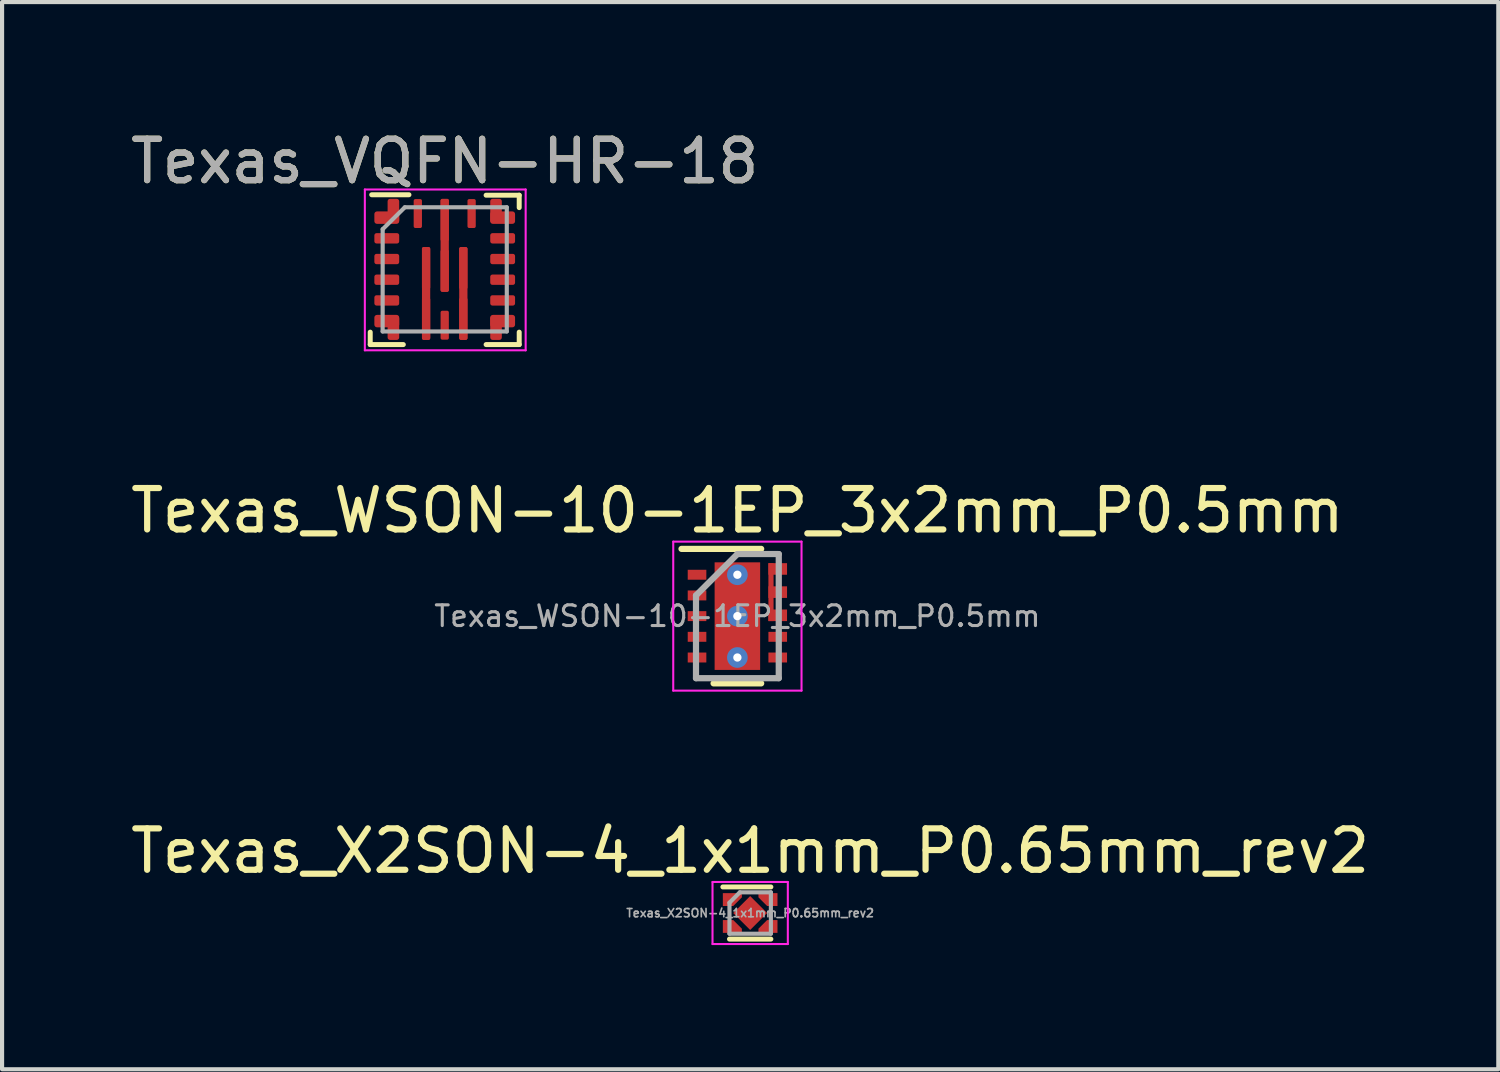
<source format=kicad_pcb>
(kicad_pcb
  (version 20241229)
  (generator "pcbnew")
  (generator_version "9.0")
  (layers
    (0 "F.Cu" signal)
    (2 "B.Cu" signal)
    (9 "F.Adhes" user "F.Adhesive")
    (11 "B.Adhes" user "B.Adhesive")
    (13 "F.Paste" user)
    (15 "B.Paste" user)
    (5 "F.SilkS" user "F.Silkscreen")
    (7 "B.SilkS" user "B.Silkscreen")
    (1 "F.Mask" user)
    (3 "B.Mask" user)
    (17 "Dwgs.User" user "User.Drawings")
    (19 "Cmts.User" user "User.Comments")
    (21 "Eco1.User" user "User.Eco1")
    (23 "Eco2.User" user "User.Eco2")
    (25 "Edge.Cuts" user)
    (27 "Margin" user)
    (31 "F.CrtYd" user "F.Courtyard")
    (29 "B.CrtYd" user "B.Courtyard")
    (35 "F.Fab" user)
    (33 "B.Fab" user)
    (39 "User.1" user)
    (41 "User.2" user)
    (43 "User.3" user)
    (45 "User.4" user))
  (footprint "Texas_X2SON-4_1x1mm_P0.65mm_rev2"
    (layer "F.Cu")
    (at 15.077 19.012)
    (property "Reference" "Texas_X2SON-4_1x1mm_P0.65mm_rev2" (at 0 -1.5 0) (layer "F.SilkS") (effects (font (size 1 1) (thickness 0.15))))
    (attr smd)
    (fp_line (start -0.66 -0.63) (end 0.5 -0.63) (stroke (width 0.12) (type solid)) (layer "F.SilkS"))
    (fp_line (start -0.5 0.63) (end 0.5 0.63) (stroke (width 0.12) (type solid)) (layer "F.SilkS"))
    (fp_line (start -0.91 -0.75) (end 0.91 -0.75) (stroke (width 0.05) (type solid)) (layer "F.CrtYd"))
    (fp_line (start -0.91 0.75) (end -0.91 -0.75) (stroke (width 0.05) (type solid)) (layer "F.CrtYd"))
    (fp_line (start 0.91 -0.75) (end 0.91 0.75) (stroke (width 0.05) (type solid)) (layer "F.CrtYd"))
    (fp_line (start 0.91 0.75) (end -0.91 0.75) (stroke (width 0.05) (type solid)) (layer "F.CrtYd"))
    (fp_line (start -0.5 -0.25) (end -0.25 -0.5) (stroke (width 0.1) (type solid)) (layer "F.Fab"))
    (fp_line (start -0.5 0.5) (end -0.5 -0.25) (stroke (width 0.1) (type solid)) (layer "F.Fab"))
    (fp_line (start -0.25 -0.5) (end 0.5 -0.5) (stroke (width 0.1) (type solid)) (layer "F.Fab"))
    (fp_line (start 0.5 -0.5) (end 0.5 0.5) (stroke (width 0.1) (type solid)) (layer "F.Fab"))
    (fp_line (start 0.5 0.5) (end -0.5 0.5) (stroke (width 0.1) (type solid)) (layer "F.Fab"))
    (fp_text user "${REFERENCE}" (at 0 0 0) (layer "F.Fab") (effects (font (size 0.2 0.2) (thickness 0.04))))
    (pad "" smd custom (at -0.43 -0.325) (size 0.148 0.148) (layers "F.Mask") (options (anchor circle)) (primitives (gr_poly (pts (xy 0.18 -0.105) (xy 0.18 -0.075) (xy 0 0.105) (xy 0.18 -0.075) (xy 0 0.105) (xy -0.18 0.105) (xy -0.18 -0.105)) (width 0) (fill yes))))
    (pad "" smd custom (at -0.43 -0.325) (size 0.148 0.148) (layers "F.Paste") (options (anchor circle)) (primitives (gr_poly (pts (xy 0 0.105) (xy 0.18 -0.075) (xy 0.18 -0.105) (xy -0.22 -0.105) (xy -0.22 0.105)) (width 0) (fill yes))))
    (pad "" smd custom (at -0.43 0.325) (size 0.148 0.148) (layers "F.Mask") (options (anchor circle)) (primitives (gr_poly (pts (xy 0.18 0.105) (xy 0.18 0.075) (xy 0 -0.105) (xy 0.18 0.075) (xy 0 -0.105) (xy -0.18 -0.105) (xy -0.18 0.105)) (width 0) (fill yes))))
    (pad "" smd custom (at -0.43 0.325) (size 0.148 0.148) (layers "F.Paste") (options (anchor circle)) (primitives (gr_poly (pts (xy 0.18 0.075) (xy 0.18 0.105) (xy -0.22 0.105) (xy -0.22 -0.105) (xy 0 -0.105)) (width 0) (fill yes))))
    (pad "" smd custom (at 0.43 -0.325) (size 0.148 0.148) (layers "F.Mask") (options (anchor circle)) (primitives (gr_poly (pts (xy -0.18 -0.105) (xy -0.18 -0.075) (xy 0 0.105) (xy -0.18 -0.075) (xy 0 0.105) (xy 0.18 0.105) (xy 0.18 -0.105)) (width 0) (fill yes))))
    (pad "" smd custom (at 0.43 -0.325) (size 0.148 0.148) (layers "F.Paste") (options (anchor circle)) (primitives (gr_poly (pts (xy 0.22 -0.105) (xy 0.22 0.105) (xy 0 0.105) (xy -0.18 -0.075) (xy -0.18 -0.105)) (width 0) (fill yes))))
    (pad "" smd custom (at 0.43 0.325) (size 0.148 0.148) (layers "F.Mask") (options (anchor circle)) (primitives (gr_poly (pts (xy -0.18 0.105) (xy -0.18 0.075) (xy 0 -0.105) (xy -0.18 0.075) (xy 0 -0.105) (xy 0.18 -0.105) (xy 0.18 0.105)) (width 0) (fill yes))))
    (pad "" smd custom (at 0.43 0.325) (size 0.148 0.148) (layers "F.Paste") (options (anchor circle)) (primitives (gr_poly (pts (xy 0 -0.105) (xy -0.18 0.075) (xy -0.18 0.105) (xy 0.22 0.105) (xy 0.22 -0.105)) (width 0) (fill yes))))
    (pad "1" smd custom (at -0.43 -0.325) (size 0.148 0.148) (layers "F.Cu") (options (anchor circle)) (primitives (gr_poly (pts (xy 0.23 -0.155) (xy -0.23 -0.155) (xy -0.23 0.155) (xy 0.021 0.155) (xy 0.23 -0.054)) (width 0) (fill yes))))
    (pad "2" smd custom (at -0.43 0.325) (size 0.148 0.148) (layers "F.Cu") (options (anchor circle)) (primitives (gr_poly (pts (xy 0.23 0.054) (xy 0.23 0.155) (xy -0.23 0.155) (xy -0.23 -0.155) (xy 0.021 -0.155)) (width 0) (fill yes))))
    (pad "3" smd rect (at 0 0 45) (size 0.58 0.58) (layers "F.Cu" "F.Mask" "F.Paste"))
    (pad "4" smd custom (at 0.43 0.325) (size 0.148 0.148) (layers "F.Cu") (options (anchor circle)) (primitives (gr_poly (pts (xy 0.23 0.155) (xy 0.23 -0.155) (xy -0.021 -0.155) (xy -0.23 0.054) (xy -0.23 0.155)) (width 0) (fill yes))))
    (pad "5" smd custom (at 0.43 -0.325) (size 0.148 0.148) (layers "F.Cu") (options (anchor circle)) (primitives (gr_poly (pts (xy -0.23 -0.155) (xy 0.23 -0.155) (xy 0.23 0.155) (xy -0.021 0.155) (xy -0.23 -0.054)) (width 0) (fill yes)))))
  (footprint "Texas_WSON-10-1EP_3x2mm_P0.5mm"
    (layer "F.Cu")
    (at 14.768 11.838)
    (property "Reference" "Texas_WSON-10-1EP_3x2mm_P0.5mm" (at 0 -2.55 0) (layer "F.SilkS") (effects (font (size 1 1) (thickness 0.15))))
    (attr smd)
    (fp_line (start -1.35 -1.625) (end 0.575 -1.625) (stroke (width 0.15) (type solid)) (layer "F.SilkS"))
    (fp_line (start -0.575 1.625) (end 0.575 1.625) (stroke (width 0.15) (type solid)) (layer "F.SilkS"))
    (fp_line (start -1.55 -1.8) (end -1.55 1.8) (stroke (width 0.05) (type solid)) (layer "F.CrtYd"))
    (fp_line (start -1.55 -1.8) (end 1.55 -1.8) (stroke (width 0.05) (type solid)) (layer "F.CrtYd"))
    (fp_line (start -1.55 1.8) (end 1.55 1.8) (stroke (width 0.05) (type solid)) (layer "F.CrtYd"))
    (fp_line (start 1.55 -1.8) (end 1.55 1.8) (stroke (width 0.05) (type solid)) (layer "F.CrtYd"))
    (fp_line (start -1 -0.5) (end 0 -1.5) (stroke (width 0.15) (type solid)) (layer "F.Fab"))
    (fp_line (start -1 1.5) (end -1 -0.5) (stroke (width 0.15) (type solid)) (layer "F.Fab"))
    (fp_line (start 0 -1.5) (end 1 -1.5) (stroke (width 0.15) (type solid)) (layer "F.Fab"))
    (fp_line (start 1 -1.5) (end 1 1.5) (stroke (width 0.15) (type solid)) (layer "F.Fab"))
    (fp_line (start 1 1.5) (end -1 1.5) (stroke (width 0.15) (type solid)) (layer "F.Fab"))
    (fp_text user "${REFERENCE}" (at 0 0 0) (layer "F.Fab") (effects (font (size 0.5 0.5) (thickness 0.075))))
    (pad "" smd rect (at 0 -0.674) (size 1.038 1.148) (layers "F.Paste"))
    (pad "" smd rect (at 0 0) (size 0.65 0.61) (layers "F.Paste"))
    (pad "" smd rect (at 0 0.674) (size 1.038 1.148) (layers "F.Paste"))
    (pad "1" smd rect (at -0.975 -1) (size 0.45 0.24) (layers "F.Cu" "F.Mask" "F.Paste"))
    (pad "2" smd rect (at -0.975 -0.5) (size 0.45 0.24) (layers "F.Cu" "F.Mask" "F.Paste"))
    (pad "3" smd rect (at -0.975 0) (size 0.45 0.24) (layers "F.Cu" "F.Mask" "F.Paste"))
    (pad "4" smd rect (at -0.975 0.5) (size 0.45 0.24) (layers "F.Cu" "F.Mask" "F.Paste"))
    (pad "5" smd rect (at -0.975 1) (size 0.45 0.24) (layers "F.Cu" "F.Mask" "F.Paste"))
    (pad "6" smd rect (at 0.975 1) (size 0.45 0.24) (layers "F.Cu" "F.Mask" "F.Paste"))
    (pad "7" smd rect (at 0.975 0.5) (size 0.45 0.24) (layers "F.Cu" "F.Mask" "F.Paste"))
    (pad "8" smd rect (at 0.812 -0.58) (size 0.125 1.4) (layers "F.Cu" "F.Mask"))
    (pad "8" smd rect (at 0.975 -1.14) (size 0.45 0.28) (layers "F.Cu" "F.Mask" "F.Paste"))
    (pad "8" smd rect (at 0.975 -0.58) (size 0.45 0.28) (layers "F.Cu" "F.Mask" "F.Paste"))
    (pad "8" smd rect (at 0.975 -0.02) (size 0.45 0.28) (layers "F.Cu" "F.Mask" "F.Paste"))
    (pad "11" thru_hole circle (at 0 -1) (size 0.5 0.5) (drill 0.2) (layers "*.Cu"))
    (pad "11" thru_hole circle (at 0 0) (size 0.5 0.5) (drill 0.2) (layers "*.Cu"))
    (pad "11" smd rect (at 0 0) (size 1.1 2.6) (layers "F.Cu" "F.Mask"))
    (pad "11" thru_hole circle (at 0 1) (size 0.5 0.5) (drill 0.2) (layers "*.Cu")))
  (footprint "Texas_VQFN-HR-18"
    (layer "F.Cu")
    (at 7.696 3.459)
    (property "Reference" "Texas_VQFN-HR-18" (at 0 -2.611 0) (layer "F.SilkS") (effects (font (size 1 1) (thickness 0.15))))
    (attr smd)
    (fp_line (start -1.8 1.517) (end -1.8 1.817) (stroke (width 0.12) (type solid)) (layer "F.SilkS"))
    (fp_line (start -1.8 1.817) (end -1 1.817) (stroke (width 0.12) (type solid)) (layer "F.SilkS"))
    (fp_line (start -1.764 -1.803) (end -0.864 -1.803) (stroke (width 0.12) (type solid)) (layer "F.SilkS"))
    (fp_line (start 1 -1.792) (end 1.8 -1.792) (stroke (width 0.12) (type solid)) (layer "F.SilkS"))
    (fp_line (start 1 1.817) (end 1.8 1.817) (stroke (width 0.12) (type solid)) (layer "F.SilkS"))
    (fp_line (start 1.8 -1.792) (end 1.8 -1.492) (stroke (width 0.12) (type solid)) (layer "F.SilkS"))
    (fp_line (start 1.8 1.517) (end 1.8 1.817) (stroke (width 0.12) (type solid)) (layer "F.SilkS"))
    (fp_line (start -1.93 -1.93) (end -1.93 1.956) (stroke (width 0.05) (type solid)) (layer "F.CrtYd"))
    (fp_line (start -1.93 -1.93) (end 1.956 -1.93) (stroke (width 0.05) (type solid)) (layer "F.CrtYd"))
    (fp_line (start -1.93 1.956) (end 1.956 1.956) (stroke (width 0.05) (type solid)) (layer "F.CrtYd"))
    (fp_line (start 1.956 -1.93) (end 1.956 1.956) (stroke (width 0.05) (type solid)) (layer "F.CrtYd"))
    (fp_line (start -1.5 1.5) (end 1.5 1.5) (stroke (width 0.1) (type solid)) (layer "F.Fab"))
    (fp_line (start -1.499 -0.971) (end -1.5 1.5) (stroke (width 0.1) (type solid)) (layer "F.Fab"))
    (fp_line (start -1.499 -0.971) (end -0.965 -1.499) (stroke (width 0.1) (type solid)) (layer "F.Fab"))
    (fp_line (start -0.965 -1.5) (end 1.5 -1.5) (stroke (width 0.1) (type solid)) (layer "F.Fab"))
    (fp_line (start 1.5 -1.5) (end 1.5 1.5) (stroke (width 0.1) (type solid)) (layer "F.Fab"))
    (fp_text user "${REFERENCE}" (at 0 -2.611 0) (layer "F.Fab") (effects (font (size 1 1) (thickness 0.15))))
    (pad "" smd roundrect (at -0.45 -0.029) (size 0.2 1.019) (layers "F.Cu" "F.Paste") (roundrect_rratio 0.21))
    (pad "" smd roundrect (at -0.45 1.196) (size 0.2 1.019) (layers "F.Cu" "F.Paste") (roundrect_rratio 0.21))
    (pad "" smd roundrect (at 0 -1.19) (size 0.2 1.022) (layers "F.Cu" "F.Paste") (roundrect_rratio 0.21))
    (pad "" smd roundrect (at 0 0.034) (size 0.2 1.022) (layers "F.Cu" "F.Paste") (roundrect_rratio 0.21))
    (pad "" smd roundrect (at 0.45 -0.029) (size 0.2 1.019) (layers "F.Cu" "F.Paste") (roundrect_rratio 0.21))
    (pad "" smd roundrect (at 0.45 1.196) (size 0.2 1.019) (layers "F.Cu" "F.Paste") (roundrect_rratio 0.21))
    (pad "1" smd roundrect (at -1.4 -1.25) (size 0.6 0.3) (layers "F.Cu" "F.Mask" "F.Paste") (roundrect_rratio 0.212))
    (pad "1" smd roundrect (at -1.24 -1.415) (size 0.28 0.58) (layers "F.Cu" "F.Mask" "F.Paste") (roundrect_rratio 0.212))
    (pad "2" smd roundrect (at -1.4 -0.75) (size 0.6 0.25) (layers "F.Cu" "F.Mask" "F.Paste") (roundrect_rratio 0.21))
    (pad "3" smd roundrect (at -1.4 -0.25) (size 0.6 0.25) (layers "F.Cu" "F.Mask" "F.Paste") (roundrect_rratio 0.212))
    (pad "4" smd roundrect (at -1.4 0.25) (size 0.6 0.25) (layers "F.Cu" "F.Mask" "F.Paste") (roundrect_rratio 0.212))
    (pad "5" smd roundrect (at -1.4 0.75) (size 0.6 0.25) (layers "F.Cu" "F.Mask" "F.Paste") (roundrect_rratio 0.212))
    (pad "6" smd roundrect (at -1.4 1.25) (size 0.6 0.3) (layers "F.Cu" "F.Mask" "F.Paste") (roundrect_rratio 0.212))
    (pad "6" smd roundrect (at -1.24 1.415) (size 0.28 0.58) (layers "F.Cu" "F.Mask" "F.Paste") (roundrect_rratio 0.212))
    (pad "7" smd roundrect (at -0.45 0.58) (size 0.2 2.238) (layers "F.Cu" "F.Mask") (roundrect_rratio 0.21))
    (pad "8" smd roundrect (at 0 1.349) (size 0.2 0.7) (layers "F.Cu" "F.Mask" "F.Paste") (roundrect_rratio 0.21))
    (pad "9" smd roundrect (at 0.45 0.58) (size 0.2 2.238) (layers "F.Cu" "F.Mask") (roundrect_rratio 0.21))
    (pad "10" smd roundrect (at 1.24 1.415) (size 0.28 0.58) (layers "F.Cu" "F.Mask" "F.Paste") (roundrect_rratio 0.212))
    (pad "10" smd roundrect (at 1.4 1.25) (size 0.6 0.3) (layers "F.Cu" "F.Mask" "F.Paste") (roundrect_rratio 0.212))
    (pad "11" smd roundrect (at 1.4 0.75) (size 0.6 0.25) (layers "F.Cu" "F.Mask" "F.Paste") (roundrect_rratio 0.212))
    (pad "12" smd roundrect (at 1.4 0.25) (size 0.6 0.25) (layers "F.Cu" "F.Mask" "F.Paste") (roundrect_rratio 0.212))
    (pad "13" smd roundrect (at 1.4 -0.25) (size 0.6 0.25) (layers "F.Cu" "F.Mask" "F.Paste") (roundrect_rratio 0.212))
    (pad "14" smd roundrect (at 1.4 -0.75) (size 0.6 0.25) (layers "F.Cu" "F.Mask" "F.Paste") (roundrect_rratio 0.212))
    (pad "15" smd roundrect (at 1.24 -1.415) (size 0.28 0.58) (layers "F.Cu" "F.Mask" "F.Paste") (roundrect_rratio 0.212))
    (pad "15" smd roundrect (at 1.4 -1.25) (size 0.6 0.3) (layers "F.Cu" "F.Mask" "F.Paste") (roundrect_rratio 0.212))
    (pad "16" smd roundrect (at 0.65 -1.349) (size 0.2 0.7) (layers "F.Cu" "F.Mask" "F.Paste") (roundrect_rratio 0.21))
    (pad "17" smd roundrect (at 0 -0.584) (size 0.2 2.243) (layers "F.Cu" "F.Mask") (roundrect_rratio 0.21))
    (pad "18" smd roundrect (at -0.65 -1.349) (size 0.2 0.7) (layers "F.Cu" "F.Mask" "F.Paste") (roundrect_rratio 0.21)))
  (gr_rect
    (start -3 -3)
    (end 33.155 22.787)
    (stroke (width 0.1) (type default))
    (fill no)
    (layer "Edge.Cuts")))
</source>
